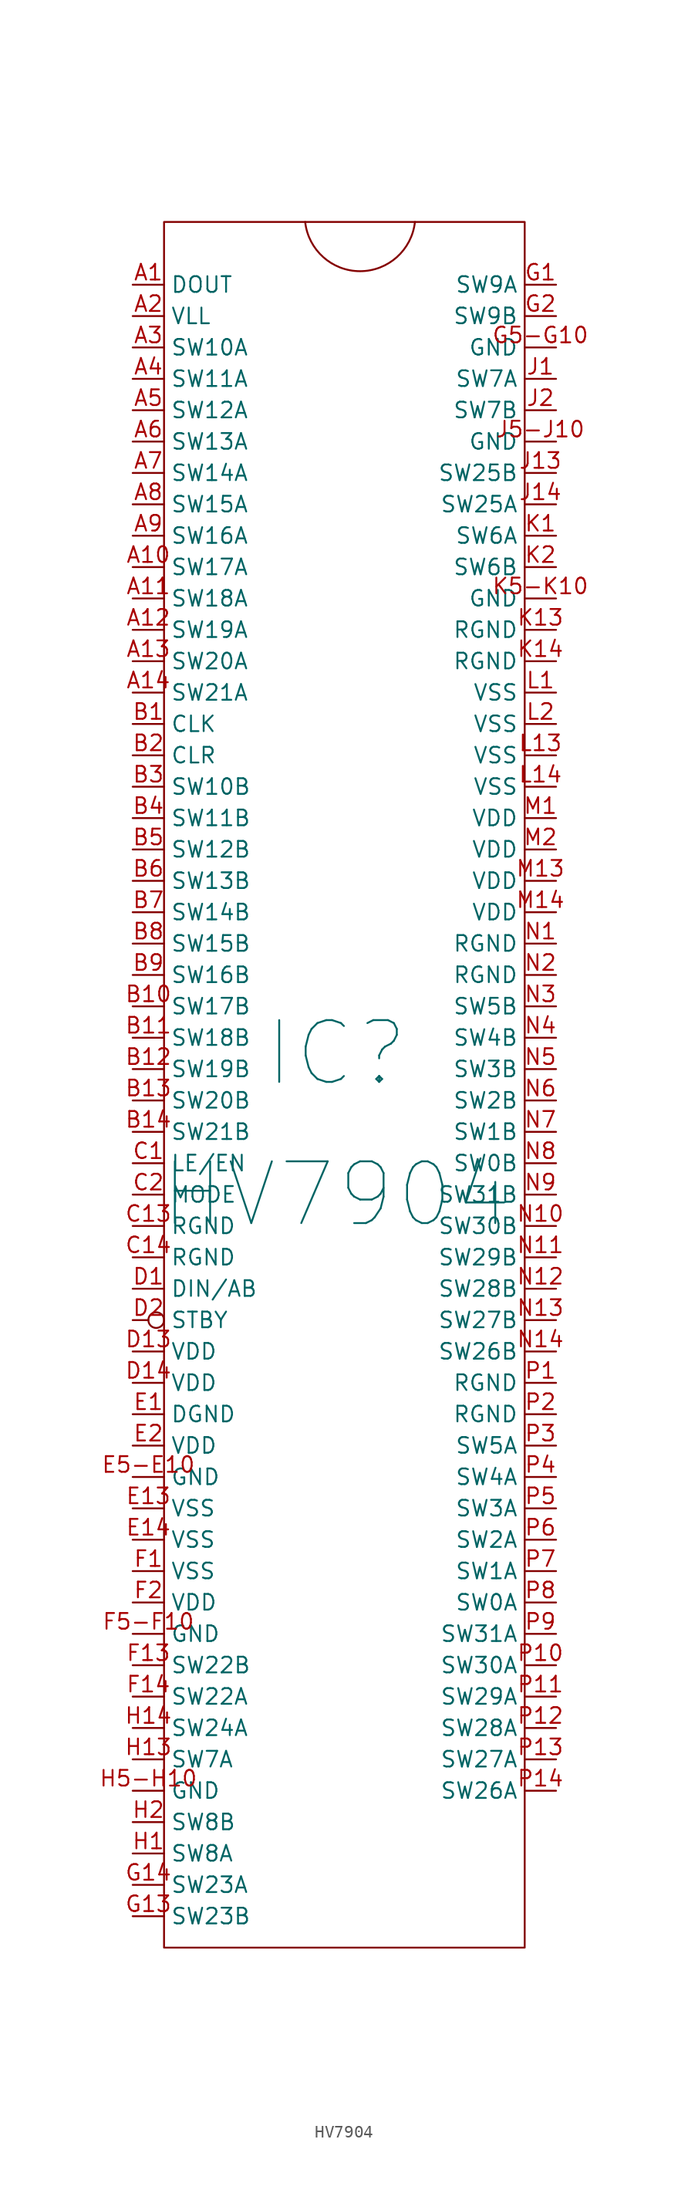
<source format=kicad_sym>
(kicad_symbol_lib
  (version 20211014)
  (generator kicad_symbol_editor)
  (symbol "HV7904"
    (property "Reference" "IC"
      (at 67.31 121.92 0)
      (effects (font (size 5 5))))
    (property "Value" "HV7904"
      (at 67.31 110.49 0)
      (effects (font (size 5 5))))
    (symbol "HV7904_0_1"
      (rectangle (start 53.34 189.23) (end 82.55 49.53) (stroke (width 0) (type default) (color 0 0 0 0)) (fill (type none)))
      (arc (start 64.77 189.23) (mid 69.215 185.2438) (end 73.66 189.23) (stroke (width 0) (type default) (color 0 0 0 0)) (fill (type none))))
    (symbol "HV7904_1_1"
      (pin output line (at 50.8 184.15 0) (length 2.54) (name "DOUT" (effects (font (size 1.27 1.27)))) (number "A1" (effects (font (size 1.27 1.27)))))
      (pin bidirectional line (at 50.8 161.29 0) (length 2.54) (name "SW17A" (effects (font (size 1.27 1.27)))) (number "A10" (effects (font (size 1.27 1.27)))))
      (pin bidirectional line (at 50.8 158.75 0) (length 2.54) (name "SW18A" (effects (font (size 1.27 1.27)))) (number "A11" (effects (font (size 1.27 1.27)))))
      (pin bidirectional line (at 50.8 156.21 0) (length 2.54) (name "SW19A" (effects (font (size 1.27 1.27)))) (number "A12" (effects (font (size 1.27 1.27)))))
      (pin bidirectional line (at 50.8 153.67 0) (length 2.54) (name "SW20A" (effects (font (size 1.27 1.27)))) (number "A13" (effects (font (size 1.27 1.27)))))
      (pin bidirectional line (at 50.8 151.13 0) (length 2.54) (name "SW21A" (effects (font (size 1.27 1.27)))) (number "A14" (effects (font (size 1.27 1.27)))))
      (pin power_in line (at 50.8 181.61 0) (length 2.54) (name "VLL" (effects (font (size 1.27 1.27)))) (number "A2" (effects (font (size 1.27 1.27)))))
      (pin bidirectional line (at 50.8 179.07 0) (length 2.54) (name "SW10A" (effects (font (size 1.27 1.27)))) (number "A3" (effects (font (size 1.27 1.27)))))
      (pin bidirectional line (at 50.8 176.53 0) (length 2.54) (name "SW11A" (effects (font (size 1.27 1.27)))) (number "A4" (effects (font (size 1.27 1.27)))))
      (pin bidirectional line (at 50.8 173.99 0) (length 2.54) (name "SW12A" (effects (font (size 1.27 1.27)))) (number "A5" (effects (font (size 1.27 1.27)))))
      (pin bidirectional line (at 50.8 171.45 0) (length 2.54) (name "SW13A" (effects (font (size 1.27 1.27)))) (number "A6" (effects (font (size 1.27 1.27)))))
      (pin bidirectional line (at 50.8 168.91 0) (length 2.54) (name "SW14A" (effects (font (size 1.27 1.27)))) (number "A7" (effects (font (size 1.27 1.27)))))
      (pin bidirectional line (at 50.8 166.37 0) (length 2.54) (name "SW15A" (effects (font (size 1.27 1.27)))) (number "A8" (effects (font (size 1.27 1.27)))))
      (pin bidirectional line (at 50.8 163.83 0) (length 2.54) (name "SW16A" (effects (font (size 1.27 1.27)))) (number "A9" (effects (font (size 1.27 1.27)))))
      (pin power_in line (at 50.8 148.59 0) (length 2.54) (name "CLK" (effects (font (size 1.27 1.27)))) (number "B1" (effects (font (size 1.27 1.27)))))
      (pin bidirectional line (at 50.8 125.73 0) (length 2.54) (name "SW17B" (effects (font (size 1.27 1.27)))) (number "B10" (effects (font (size 1.27 1.27)))))
      (pin bidirectional line (at 50.8 123.19 0) (length 2.54) (name "SW18B" (effects (font (size 1.27 1.27)))) (number "B11" (effects (font (size 1.27 1.27)))))
      (pin bidirectional line (at 50.8 120.65 0) (length 2.54) (name "SW19B" (effects (font (size 1.27 1.27)))) (number "B12" (effects (font (size 1.27 1.27)))))
      (pin bidirectional line (at 50.8 118.11 0) (length 2.54) (name "SW20B" (effects (font (size 1.27 1.27)))) (number "B13" (effects (font (size 1.27 1.27)))))
      (pin bidirectional line (at 50.8 115.57 0) (length 2.54) (name "SW21B" (effects (font (size 1.27 1.27)))) (number "B14" (effects (font (size 1.27 1.27)))))
      (pin power_in line (at 50.8 146.05 0) (length 2.54) (name "CLR" (effects (font (size 1.27 1.27)))) (number "B2" (effects (font (size 1.27 1.27)))))
      (pin bidirectional line (at 50.8 143.51 0) (length 2.54) (name "SW10B" (effects (font (size 1.27 1.27)))) (number "B3" (effects (font (size 1.27 1.27)))))
      (pin bidirectional line (at 50.8 140.97 0) (length 2.54) (name "SW11B" (effects (font (size 1.27 1.27)))) (number "B4" (effects (font (size 1.27 1.27)))))
      (pin bidirectional line (at 50.8 138.43 0) (length 2.54) (name "SW12B" (effects (font (size 1.27 1.27)))) (number "B5" (effects (font (size 1.27 1.27)))))
      (pin bidirectional line (at 50.8 135.89 0) (length 2.54) (name "SW13B" (effects (font (size 1.27 1.27)))) (number "B6" (effects (font (size 1.27 1.27)))))
      (pin bidirectional line (at 50.8 133.35 0) (length 2.54) (name "SW14B" (effects (font (size 1.27 1.27)))) (number "B7" (effects (font (size 1.27 1.27)))))
      (pin bidirectional line (at 50.8 130.81 0) (length 2.54) (name "SW15B" (effects (font (size 1.27 1.27)))) (number "B8" (effects (font (size 1.27 1.27)))))
      (pin bidirectional line (at 50.8 128.27 0) (length 2.54) (name "SW16B" (effects (font (size 1.27 1.27)))) (number "B9" (effects (font (size 1.27 1.27)))))
      (pin power_in line (at 50.8 113.03 0) (length 2.54) (name "LE/EN" (effects (font (size 1.27 1.27)))) (number "C1" (effects (font (size 1.27 1.27)))))
      (pin output line (at 50.8 107.95 0) (length 2.54) (name "RGND" (effects (font (size 1.27 1.27)))) (number "C13" (effects (font (size 1.27 1.27)))))
      (pin output line (at 50.8 105.41 0) (length 2.54) (name "RGND" (effects (font (size 1.27 1.27)))) (number "C14" (effects (font (size 1.27 1.27)))))
      (pin input line (at 50.8 110.49 0) (length 2.54) (name "MODE" (effects (font (size 1.27 1.27)))) (number "C2" (effects (font (size 1.27 1.27)))))
      (pin power_in line (at 50.8 102.87 0) (length 2.54) (name "DIN/AB" (effects (font (size 1.27 1.27)))) (number "D1" (effects (font (size 1.27 1.27)))))
      (pin power_in line (at 50.8 97.79 0) (length 2.54) (name "VDD" (effects (font (size 1.27 1.27)))) (number "D13" (effects (font (size 1.27 1.27)))))
      (pin power_in line (at 50.8 95.25 0) (length 2.54) (name "VDD" (effects (font (size 1.27 1.27)))) (number "D14" (effects (font (size 1.27 1.27)))))
      (pin input inverted (at 50.8 100.33 0) (length 2.54) (name "STBY" (effects (font (size 1.27 1.27)))) (number "D2" (effects (font (size 1.27 1.27)))))
      (pin output line (at 50.8 92.71 0) (length 2.54) (name "DGND" (effects (font (size 1.27 1.27)))) (number "E1" (effects (font (size 1.27 1.27)))))
      (pin power_in line (at 50.8 85.09 0) (length 2.54) (name "VSS" (effects (font (size 1.27 1.27)))) (number "E13" (effects (font (size 1.27 1.27)))))
      (pin power_in line (at 50.8 82.55 0) (length 2.54) (name "VSS" (effects (font (size 1.27 1.27)))) (number "E14" (effects (font (size 1.27 1.27)))))
      (pin power_in line (at 50.8 90.17 0) (length 2.54) (name "VDD" (effects (font (size 1.27 1.27)))) (number "E2" (effects (font (size 1.27 1.27)))))
      (pin passive line (at 50.8 87.63 0) (length 2.54) (name "GND" (effects (font (size 1.27 1.27)))) (number "E5-E10" (effects (font (size 1.27 1.27)))))
      (pin power_in line (at 50.8 80.01 0) (length 2.54) (name "VSS" (effects (font (size 1.27 1.27)))) (number "F1" (effects (font (size 1.27 1.27)))))
      (pin bidirectional line (at 50.8 72.39 0) (length 2.54) (name "SW22B" (effects (font (size 1.27 1.27)))) (number "F13" (effects (font (size 1.27 1.27)))))
      (pin bidirectional line (at 50.8 69.85 0) (length 2.54) (name "SW22A" (effects (font (size 1.27 1.27)))) (number "F14" (effects (font (size 1.27 1.27)))))
      (pin power_in line (at 50.8 77.47 0) (length 2.54) (name "VDD" (effects (font (size 1.27 1.27)))) (number "F2" (effects (font (size 1.27 1.27)))))
      (pin passive line (at 50.8 74.93 0) (length 2.54) (name "GND" (effects (font (size 1.27 1.27)))) (number "F5-F10" (effects (font (size 1.27 1.27)))))
      (pin bidirectional line (at 85.09 184.15 180) (length 2.54) (name "SW9A" (effects (font (size 1.27 1.27)))) (number "G1" (effects (font (size 1.27 1.27)))))
      (pin bidirectional line (at 50.8 52.07 0) (length 2.54) (name "SW23B" (effects (font (size 1.27 1.27)))) (number "G13" (effects (font (size 1.27 1.27)))))
      (pin bidirectional line (at 50.8 54.61 0) (length 2.54) (name "SW23A" (effects (font (size 1.27 1.27)))) (number "G14" (effects (font (size 1.27 1.27)))))
      (pin bidirectional line (at 85.09 181.61 180) (length 2.54) (name "SW9B" (effects (font (size 1.27 1.27)))) (number "G2" (effects (font (size 1.27 1.27)))))
      (pin passive line (at 85.09 179.07 180) (length 2.54) (name "GND" (effects (font (size 1.27 1.27)))) (number "G5-G10" (effects (font (size 1.27 1.27)))))
      (pin bidirectional line (at 50.8 57.15 0) (length 2.54) (name "SW8A" (effects (font (size 1.27 1.27)))) (number "H1" (effects (font (size 1.27 1.27)))))
      (pin bidirectional line (at 50.8 64.77 0) (length 2.54) (name "SW7A" (effects (font (size 1.27 1.27)))) (number "H13" (effects (font (size 1.27 1.27)))))
      (pin bidirectional line (at 50.8 67.31 0) (length 2.54) (name "SW24A" (effects (font (size 1.27 1.27)))) (number "H14" (effects (font (size 1.27 1.27)))))
      (pin bidirectional line (at 50.8 59.69 0) (length 2.54) (name "SW8B" (effects (font (size 1.27 1.27)))) (number "H2" (effects (font (size 1.27 1.27)))))
      (pin passive line (at 50.8 62.23 0) (length 2.54) (name "GND" (effects (font (size 1.27 1.27)))) (number "H5-H10" (effects (font (size 1.27 1.27)))))
      (pin bidirectional line (at 85.09 176.53 180) (length 2.54) (name "SW7A" (effects (font (size 1.27 1.27)))) (number "J1" (effects (font (size 1.27 1.27)))))
      (pin bidirectional line (at 85.09 168.91 180) (length 2.54) (name "SW25B" (effects (font (size 1.27 1.27)))) (number "J13" (effects (font (size 1.27 1.27)))))
      (pin bidirectional line (at 85.09 166.37 180) (length 2.54) (name "SW25A" (effects (font (size 1.27 1.27)))) (number "J14" (effects (font (size 1.27 1.27)))))
      (pin bidirectional line (at 85.09 173.99 180) (length 2.54) (name "SW7B" (effects (font (size 1.27 1.27)))) (number "J2" (effects (font (size 1.27 1.27)))))
      (pin passive line (at 85.09 171.45 180) (length 2.54) (name "GND" (effects (font (size 1.27 1.27)))) (number "J5-J10" (effects (font (size 1.27 1.27)))))
      (pin bidirectional line (at 85.09 163.83 180) (length 2.54) (name "SW6A" (effects (font (size 1.27 1.27)))) (number "K1" (effects (font (size 1.27 1.27)))))
      (pin output line (at 85.09 156.21 180) (length 2.54) (name "RGND" (effects (font (size 1.27 1.27)))) (number "K13" (effects (font (size 1.27 1.27)))))
      (pin output line (at 85.09 153.67 180) (length 2.54) (name "RGND" (effects (font (size 1.27 1.27)))) (number "K14" (effects (font (size 1.27 1.27)))))
      (pin bidirectional line (at 85.09 161.29 180) (length 2.54) (name "SW6B" (effects (font (size 1.27 1.27)))) (number "K2" (effects (font (size 1.27 1.27)))))
      (pin passive line (at 85.09 158.75 180) (length 2.54) (name "GND" (effects (font (size 1.27 1.27)))) (number "K5-K10" (effects (font (size 1.27 1.27)))))
      (pin power_in line (at 85.09 151.13 180) (length 2.54) (name "VSS" (effects (font (size 1.27 1.27)))) (number "L1" (effects (font (size 1.27 1.27)))))
      (pin power_in line (at 85.09 146.05 180) (length 2.54) (name "VSS" (effects (font (size 1.27 1.27)))) (number "L13" (effects (font (size 1.27 1.27)))))
      (pin power_in line (at 85.09 143.51 180) (length 2.54) (name "VSS" (effects (font (size 1.27 1.27)))) (number "L14" (effects (font (size 1.27 1.27)))))
      (pin power_in line (at 85.09 148.59 180) (length 2.54) (name "VSS" (effects (font (size 1.27 1.27)))) (number "L2" (effects (font (size 1.27 1.27)))))
      (pin power_in line (at 85.09 140.97 180) (length 2.54) (name "VDD" (effects (font (size 1.27 1.27)))) (number "M1" (effects (font (size 1.27 1.27)))))
      (pin power_in line (at 85.09 135.89 180) (length 2.54) (name "VDD" (effects (font (size 1.27 1.27)))) (number "M13" (effects (font (size 1.27 1.27)))))
      (pin power_in line (at 85.09 133.35 180) (length 2.54) (name "VDD" (effects (font (size 1.27 1.27)))) (number "M14" (effects (font (size 1.27 1.27)))))
      (pin power_in line (at 85.09 138.43 180) (length 2.54) (name "VDD" (effects (font (size 1.27 1.27)))) (number "M2" (effects (font (size 1.27 1.27)))))
      (pin power_in line (at 85.09 130.81 180) (length 2.54) (name "RGND" (effects (font (size 1.27 1.27)))) (number "N1" (effects (font (size 1.27 1.27)))))
      (pin bidirectional line (at 85.09 107.95 180) (length 2.54) (name "SW30B" (effects (font (size 1.27 1.27)))) (number "N10" (effects (font (size 1.27 1.27)))))
      (pin bidirectional line (at 85.09 105.41 180) (length 2.54) (name "SW29B" (effects (font (size 1.27 1.27)))) (number "N11" (effects (font (size 1.27 1.27)))))
      (pin bidirectional line (at 85.09 102.87 180) (length 2.54) (name "SW28B" (effects (font (size 1.27 1.27)))) (number "N12" (effects (font (size 1.27 1.27)))))
      (pin bidirectional line (at 85.09 100.33 180) (length 2.54) (name "SW27B" (effects (font (size 1.27 1.27)))) (number "N13" (effects (font (size 1.27 1.27)))))
      (pin bidirectional line (at 85.09 97.79 180) (length 2.54) (name "SW26B" (effects (font (size 1.27 1.27)))) (number "N14" (effects (font (size 1.27 1.27)))))
      (pin power_in line (at 85.09 128.27 180) (length 2.54) (name "RGND" (effects (font (size 1.27 1.27)))) (number "N2" (effects (font (size 1.27 1.27)))))
      (pin bidirectional line (at 85.09 125.73 180) (length 2.54) (name "SW5B" (effects (font (size 1.27 1.27)))) (number "N3" (effects (font (size 1.27 1.27)))))
      (pin bidirectional line (at 85.09 123.19 180) (length 2.54) (name "SW4B" (effects (font (size 1.27 1.27)))) (number "N4" (effects (font (size 1.27 1.27)))))
      (pin bidirectional line (at 85.09 120.65 180) (length 2.54) (name "SW3B" (effects (font (size 1.27 1.27)))) (number "N5" (effects (font (size 1.27 1.27)))))
      (pin bidirectional line (at 85.09 118.11 180) (length 2.54) (name "SW2B" (effects (font (size 1.27 1.27)))) (number "N6" (effects (font (size 1.27 1.27)))))
      (pin bidirectional line (at 85.09 115.57 180) (length 2.54) (name "SW1B" (effects (font (size 1.27 1.27)))) (number "N7" (effects (font (size 1.27 1.27)))))
      (pin bidirectional line (at 85.09 113.03 180) (length 2.54) (name "SW0B" (effects (font (size 1.27 1.27)))) (number "N8" (effects (font (size 1.27 1.27)))))
      (pin bidirectional line (at 85.09 110.49 180) (length 2.54) (name "SW31B" (effects (font (size 1.27 1.27)))) (number "N9" (effects (font (size 1.27 1.27)))))
      (pin passive line (at 85.09 95.25 180) (length 2.54) (name "RGND" (effects (font (size 1.27 1.27)))) (number "P1" (effects (font (size 1.27 1.27)))))
      (pin bidirectional line (at 85.09 72.39 180) (length 2.54) (name "SW30A" (effects (font (size 1.27 1.27)))) (number "P10" (effects (font (size 1.27 1.27)))))
      (pin bidirectional line (at 85.09 69.85 180) (length 2.54) (name "SW29A" (effects (font (size 1.27 1.27)))) (number "P11" (effects (font (size 1.27 1.27)))))
      (pin bidirectional line (at 85.09 67.31 180) (length 2.54) (name "SW28A" (effects (font (size 1.27 1.27)))) (number "P12" (effects (font (size 1.27 1.27)))))
      (pin bidirectional line (at 85.09 64.77 180) (length 2.54) (name "SW27A" (effects (font (size 1.27 1.27)))) (number "P13" (effects (font (size 1.27 1.27)))))
      (pin bidirectional line (at 85.09 62.23 180) (length 2.54) (name "SW26A" (effects (font (size 1.27 1.27)))) (number "P14" (effects (font (size 1.27 1.27)))))
      (pin passive line (at 85.09 92.71 180) (length 2.54) (name "RGND" (effects (font (size 1.27 1.27)))) (number "P2" (effects (font (size 1.27 1.27)))))
      (pin bidirectional line (at 85.09 90.17 180) (length 2.54) (name "SW5A" (effects (font (size 1.27 1.27)))) (number "P3" (effects (font (size 1.27 1.27)))))
      (pin bidirectional line (at 85.09 87.63 180) (length 2.54) (name "SW4A" (effects (font (size 1.27 1.27)))) (number "P4" (effects (font (size 1.27 1.27)))))
      (pin bidirectional line (at 85.09 85.09 180) (length 2.54) (name "SW3A" (effects (font (size 1.27 1.27)))) (number "P5" (effects (font (size 1.27 1.27)))))
      (pin bidirectional line (at 85.09 82.55 180) (length 2.54) (name "SW2A" (effects (font (size 1.27 1.27)))) (number "P6" (effects (font (size 1.27 1.27)))))
      (pin bidirectional line (at 85.09 80.01 180) (length 2.54) (name "SW1A" (effects (font (size 1.27 1.27)))) (number "P7" (effects (font (size 1.27 1.27)))))
      (pin bidirectional line (at 85.09 77.47 180) (length 2.54) (name "SW0A" (effects (font (size 1.27 1.27)))) (number "P8" (effects (font (size 1.27 1.27)))))
      (pin bidirectional line (at 85.09 74.93 180) (length 2.54) (name "SW31A" (effects (font (size 1.27 1.27)))) (number "P9" (effects (font (size 1.27 1.27))))))))
</source>
